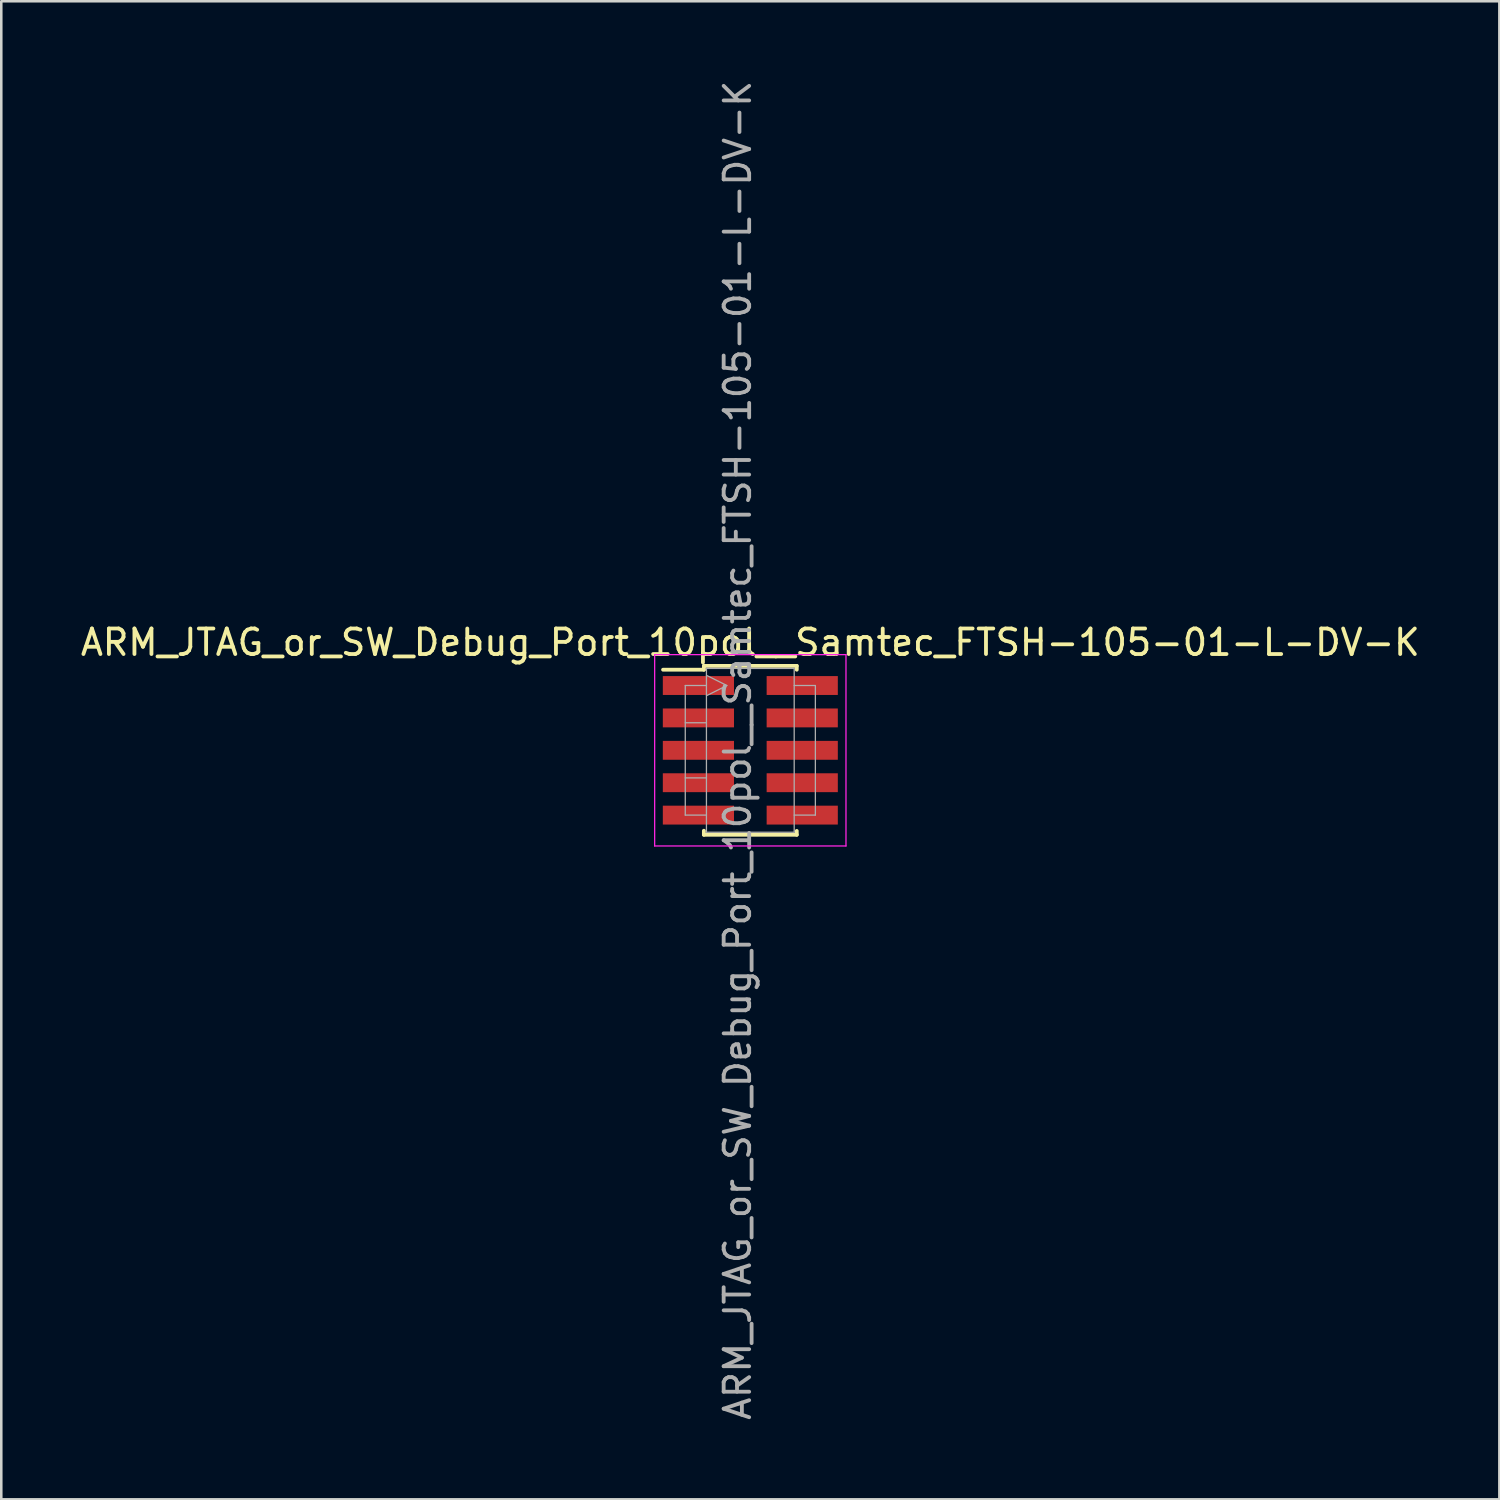
<source format=kicad_pcb>
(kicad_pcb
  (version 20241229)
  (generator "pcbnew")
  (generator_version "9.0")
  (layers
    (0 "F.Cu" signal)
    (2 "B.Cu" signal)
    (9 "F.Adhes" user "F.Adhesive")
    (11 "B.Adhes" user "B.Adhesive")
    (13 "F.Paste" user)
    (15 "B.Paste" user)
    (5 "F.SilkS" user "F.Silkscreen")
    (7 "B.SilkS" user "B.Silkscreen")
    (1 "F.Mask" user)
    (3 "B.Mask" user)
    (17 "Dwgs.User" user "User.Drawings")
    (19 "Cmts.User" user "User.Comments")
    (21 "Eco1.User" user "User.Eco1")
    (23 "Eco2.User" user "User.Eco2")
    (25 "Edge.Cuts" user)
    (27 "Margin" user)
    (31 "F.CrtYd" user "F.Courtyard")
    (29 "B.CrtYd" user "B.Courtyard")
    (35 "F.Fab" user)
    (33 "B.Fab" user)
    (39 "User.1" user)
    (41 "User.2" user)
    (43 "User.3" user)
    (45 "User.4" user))
  (footprint "ARM_JTAG_or_SW_Debug_Port_10pol__Samtec_FTSH-105-01-L-DV-K"
    (layer "F.Cu")
    (at 26.363 26.363)
    (property "Reference" "ARM_JTAG_or_SW_Debug_Port_10pol__Samtec_FTSH-105-01-L-DV-K" (at -0.5 0 90) (layer "F.Fab") (effects (font (size 1 1) (thickness 0.15))))
    (attr through_hole)
    (fp_line (start -3.42 -3.16) (end -1.82 -3.16) (stroke (width 0.15) (type solid)) (layer "F.SilkS"))
    (fp_line (start -1.82 -3.16) (end -1.82 -3.31) (stroke (width 0.15) (type solid)) (layer "F.SilkS"))
    (fp_line (start -1.82 3.153) (end -1.82 3.31) (stroke (width 0.15) (type solid)) (layer "F.SilkS"))
    (fp_line (start 1.82 -3.31) (end -1.82 -3.31) (stroke (width 0.15) (type solid)) (layer "F.SilkS"))
    (fp_line (start 1.82 -3.16) (end 1.82 -3.31) (stroke (width 0.15) (type solid)) (layer "F.SilkS"))
    (fp_line (start 1.82 3.16) (end 1.82 3.31) (stroke (width 0.15) (type solid)) (layer "F.SilkS"))
    (fp_line (start 1.82 3.31) (end -1.82 3.31) (stroke (width 0.15) (type solid)) (layer "F.SilkS"))
    (fp_line (start -3.75 -3.75) (end 3.75 -3.75) (stroke (width 0.05) (type solid)) (layer "F.CrtYd"))
    (fp_line (start -3.75 3.75) (end -3.75 -3.75) (stroke (width 0.05) (type solid)) (layer "F.CrtYd"))
    (fp_line (start 3.75 -3.75) (end 3.75 3.75) (stroke (width 0.05) (type solid)) (layer "F.CrtYd"))
    (fp_line (start 3.75 3.75) (end -3.75 3.75) (stroke (width 0.05) (type solid)) (layer "F.CrtYd"))
    (fp_line (start -2.55 -2.54) (end -2.55 2.54) (stroke (width 0.05) (type solid)) (layer "F.Fab"))
    (fp_line (start -2.55 2.54) (end -1.72 2.54) (stroke (width 0.05) (type solid)) (layer "F.Fab"))
    (fp_line (start -1.72 -3.21) (end 1.72 -3.21) (stroke (width 0.05) (type solid)) (layer "F.Fab"))
    (fp_line (start -1.72 -2.94) (end -0.92 -2.54) (stroke (width 0.05) (type solid)) (layer "F.Fab"))
    (fp_line (start -1.72 -2.54) (end -2.55 -2.54) (stroke (width 0.05) (type solid)) (layer "F.Fab"))
    (fp_line (start -1.72 -1.08) (end -2.55 -1.08) (stroke (width 0.05) (type solid)) (layer "F.Fab"))
    (fp_line (start -1.72 1.08) (end -2.55 1.08) (stroke (width 0.05) (type solid)) (layer "F.Fab"))
    (fp_line (start -1.72 3.21) (end -1.72 -3.21) (stroke (width 0.05) (type solid)) (layer "F.Fab"))
    (fp_line (start -0.92 -2.54) (end -1.72 -2.14) (stroke (width 0.05) (type solid)) (layer "F.Fab"))
    (fp_line (start 1.72 -3.21) (end 1.72 3.21) (stroke (width 0.05) (type solid)) (layer "F.Fab"))
    (fp_line (start 1.72 -2.54) (end 2.55 -2.54) (stroke (width 0.05) (type solid)) (layer "F.Fab"))
    (fp_line (start 1.72 3.21) (end -1.72 3.21) (stroke (width 0.05) (type solid)) (layer "F.Fab"))
    (fp_line (start 2.55 -2.54) (end 2.55 2.54) (stroke (width 0.05) (type solid)) (layer "F.Fab"))
    (fp_line (start 2.55 2.54) (end 1.72 2.54) (stroke (width 0.05) (type solid)) (layer "F.Fab"))
    (fp_text user "${REFERENCE}" (at 0 -4.23 0) (layer "F.SilkS") (effects (font (size 1 1) (thickness 0.15))))
    (pad "1" smd rect (at -2.035 -2.54) (size 2.79 0.74) (layers "F.Cu" "F.Mask" "F.Paste"))
    (pad "2" smd rect (at 2.035 -2.54) (size 2.79 0.74) (layers "F.Cu" "F.Mask" "F.Paste"))
    (pad "3" smd rect (at -2.035 -1.27) (size 2.79 0.74) (layers "F.Cu" "F.Mask" "F.Paste"))
    (pad "4" smd rect (at 2.035 -1.27) (size 2.79 0.74) (layers "F.Cu" "F.Mask" "F.Paste"))
    (pad "5" smd rect (at -2.035 0) (size 2.79 0.74) (layers "F.Cu" "F.Mask" "F.Paste"))
    (pad "6" smd rect (at 2.035 0) (size 2.79 0.74) (layers "F.Cu" "F.Mask" "F.Paste"))
    (pad "7" smd rect (at -2.035 1.27) (size 2.79 0.74) (layers "F.Cu" "F.Mask" "F.Paste"))
    (pad "8" smd rect (at 2.035 1.27) (size 2.79 0.74) (layers "F.Cu" "F.Mask" "F.Paste"))
    (pad "9" smd rect (at -2.035 2.54) (size 2.79 0.74) (layers "F.Cu" "F.Mask" "F.Paste"))
    (pad "10" smd rect (at 2.035 2.54) (size 2.79 0.74) (layers "F.Cu" "F.Mask" "F.Paste")))
  (gr_rect
    (start -3 -3)
    (end 55.726 55.726)
    (stroke (width 0.1) (type default))
    (fill no)
    (layer "Edge.Cuts")))
</source>
